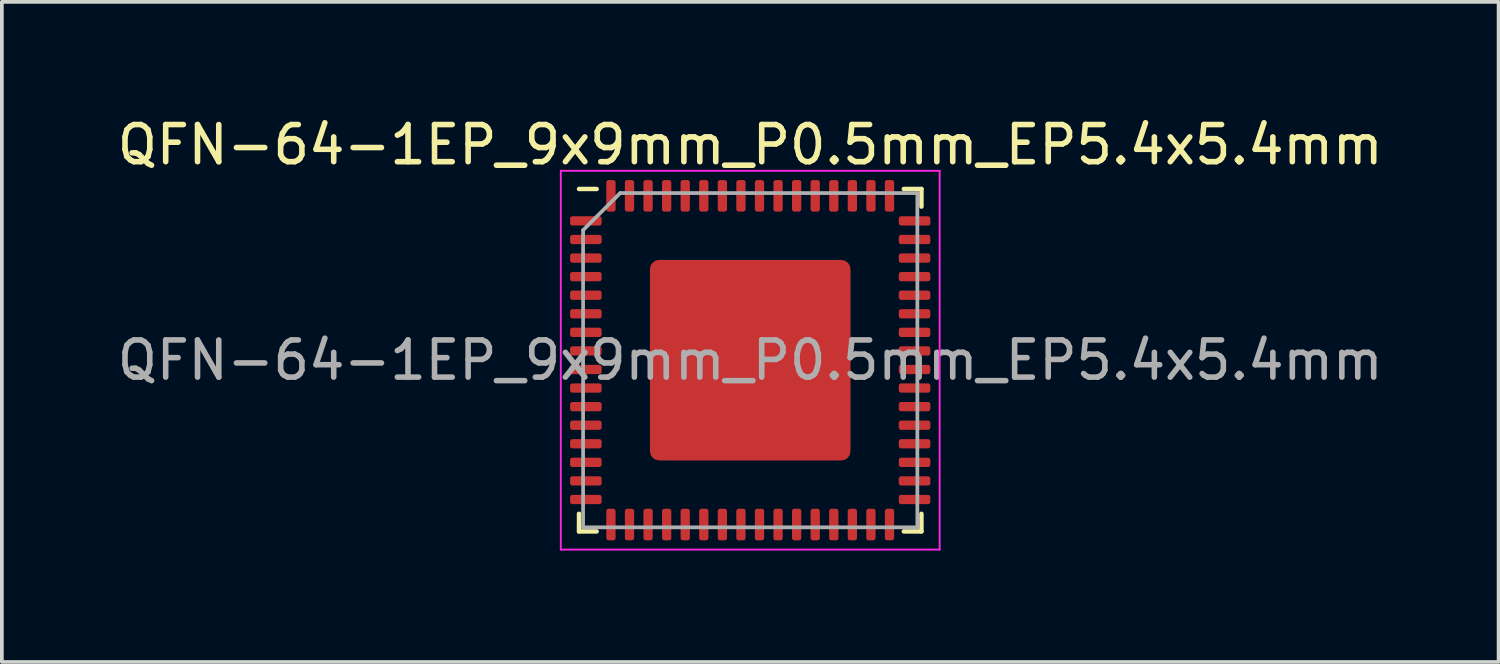
<source format=kicad_pcb>
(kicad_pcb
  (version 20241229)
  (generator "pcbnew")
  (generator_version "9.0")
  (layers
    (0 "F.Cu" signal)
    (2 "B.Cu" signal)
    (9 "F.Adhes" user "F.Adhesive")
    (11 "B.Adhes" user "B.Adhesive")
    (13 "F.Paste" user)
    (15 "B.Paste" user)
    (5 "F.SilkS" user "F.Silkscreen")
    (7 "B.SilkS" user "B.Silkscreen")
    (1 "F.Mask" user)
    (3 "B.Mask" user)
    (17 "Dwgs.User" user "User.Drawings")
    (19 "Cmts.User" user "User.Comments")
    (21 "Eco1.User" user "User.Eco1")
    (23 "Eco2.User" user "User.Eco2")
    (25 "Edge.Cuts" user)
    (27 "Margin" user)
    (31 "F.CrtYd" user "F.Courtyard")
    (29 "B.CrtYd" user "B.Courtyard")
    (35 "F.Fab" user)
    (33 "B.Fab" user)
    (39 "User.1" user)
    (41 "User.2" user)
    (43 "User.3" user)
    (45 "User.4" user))
  (footprint "QFN-64-1EP_9x9mm_P0.5mm_EP5.4x5.4mm"
    (layer "F.Cu")
    (at 17.149 6.648)
    (property "Reference" "QFN-64-1EP_9x9mm_P0.5mm_EP5.4x5.4mm" (at 0 -5.8 0) (layer "F.SilkS") (effects (font (size 1 1) (thickness 0.15))))
    (attr smd)
    (fp_line (start -4.61 4.61) (end -4.61 4.135) (stroke (width 0.12) (type solid)) (layer "F.SilkS"))
    (fp_line (start -4.135 -4.61) (end -4.61 -4.61) (stroke (width 0.12) (type solid)) (layer "F.SilkS"))
    (fp_line (start -4.135 4.61) (end -4.61 4.61) (stroke (width 0.12) (type solid)) (layer "F.SilkS"))
    (fp_line (start 4.135 -4.61) (end 4.61 -4.61) (stroke (width 0.12) (type solid)) (layer "F.SilkS"))
    (fp_line (start 4.135 4.61) (end 4.61 4.61) (stroke (width 0.12) (type solid)) (layer "F.SilkS"))
    (fp_line (start 4.61 -4.61) (end 4.61 -4.135) (stroke (width 0.12) (type solid)) (layer "F.SilkS"))
    (fp_line (start 4.61 4.61) (end 4.61 4.135) (stroke (width 0.12) (type solid)) (layer "F.SilkS"))
    (fp_line (start -5.1 -5.1) (end -5.1 5.1) (stroke (width 0.05) (type solid)) (layer "F.CrtYd"))
    (fp_line (start -5.1 5.1) (end 5.1 5.1) (stroke (width 0.05) (type solid)) (layer "F.CrtYd"))
    (fp_line (start 5.1 -5.1) (end -5.1 -5.1) (stroke (width 0.05) (type solid)) (layer "F.CrtYd"))
    (fp_line (start 5.1 5.1) (end 5.1 -5.1) (stroke (width 0.05) (type solid)) (layer "F.CrtYd"))
    (fp_line (start -4.5 -3.5) (end -3.5 -4.5) (stroke (width 0.1) (type solid)) (layer "F.Fab"))
    (fp_line (start -4.5 4.5) (end -4.5 -3.5) (stroke (width 0.1) (type solid)) (layer "F.Fab"))
    (fp_line (start -3.5 -4.5) (end 4.5 -4.5) (stroke (width 0.1) (type solid)) (layer "F.Fab"))
    (fp_line (start 4.5 -4.5) (end 4.5 4.5) (stroke (width 0.1) (type solid)) (layer "F.Fab"))
    (fp_line (start 4.5 4.5) (end -4.5 4.5) (stroke (width 0.1) (type solid)) (layer "F.Fab"))
    (fp_text user "${REFERENCE}" (at 0 0 0) (layer "F.Fab") (effects (font (size 1 1) (thickness 0.15))))
    (pad "" smd roundrect (at -2.025 -2.025) (size 1.09 1.09) (layers "F.Paste") (roundrect_rratio 0.229))
    (pad "" smd roundrect (at -2.025 -0.675) (size 1.09 1.09) (layers "F.Paste") (roundrect_rratio 0.229))
    (pad "" smd roundrect (at -2.025 0.675) (size 1.09 1.09) (layers "F.Paste") (roundrect_rratio 0.229))
    (pad "" smd roundrect (at -2.025 2.025) (size 1.09 1.09) (layers "F.Paste") (roundrect_rratio 0.229))
    (pad "" smd roundrect (at -0.675 -2.025) (size 1.09 1.09) (layers "F.Paste") (roundrect_rratio 0.229))
    (pad "" smd roundrect (at -0.675 -0.675) (size 1.09 1.09) (layers "F.Paste") (roundrect_rratio 0.229))
    (pad "" smd roundrect (at -0.675 0.675) (size 1.09 1.09) (layers "F.Paste") (roundrect_rratio 0.229))
    (pad "" smd roundrect (at -0.675 2.025) (size 1.09 1.09) (layers "F.Paste") (roundrect_rratio 0.229))
    (pad "" smd roundrect (at 0.675 -2.025) (size 1.09 1.09) (layers "F.Paste") (roundrect_rratio 0.229))
    (pad "" smd roundrect (at 0.675 -0.675) (size 1.09 1.09) (layers "F.Paste") (roundrect_rratio 0.229))
    (pad "" smd roundrect (at 0.675 0.675) (size 1.09 1.09) (layers "F.Paste") (roundrect_rratio 0.229))
    (pad "" smd roundrect (at 0.675 2.025) (size 1.09 1.09) (layers "F.Paste") (roundrect_rratio 0.229))
    (pad "" smd roundrect (at 2.025 -2.025) (size 1.09 1.09) (layers "F.Paste") (roundrect_rratio 0.229))
    (pad "" smd roundrect (at 2.025 -0.675) (size 1.09 1.09) (layers "F.Paste") (roundrect_rratio 0.229))
    (pad "" smd roundrect (at 2.025 0.675) (size 1.09 1.09) (layers "F.Paste") (roundrect_rratio 0.229))
    (pad "" smd roundrect (at 2.025 2.025) (size 1.09 1.09) (layers "F.Paste") (roundrect_rratio 0.229))
    (pad "1" smd roundrect (at -4.425 -3.75) (size 0.85 0.25) (layers "F.Cu" "F.Mask" "F.Paste") (roundrect_rratio 0.25))
    (pad "2" smd roundrect (at -4.425 -3.25) (size 0.85 0.25) (layers "F.Cu" "F.Mask" "F.Paste") (roundrect_rratio 0.25))
    (pad "3" smd roundrect (at -4.425 -2.75) (size 0.85 0.25) (layers "F.Cu" "F.Mask" "F.Paste") (roundrect_rratio 0.25))
    (pad "4" smd roundrect (at -4.425 -2.25) (size 0.85 0.25) (layers "F.Cu" "F.Mask" "F.Paste") (roundrect_rratio 0.25))
    (pad "5" smd roundrect (at -4.425 -1.75) (size 0.85 0.25) (layers "F.Cu" "F.Mask" "F.Paste") (roundrect_rratio 0.25))
    (pad "6" smd roundrect (at -4.425 -1.25) (size 0.85 0.25) (layers "F.Cu" "F.Mask" "F.Paste") (roundrect_rratio 0.25))
    (pad "7" smd roundrect (at -4.425 -0.75) (size 0.85 0.25) (layers "F.Cu" "F.Mask" "F.Paste") (roundrect_rratio 0.25))
    (pad "8" smd roundrect (at -4.425 -0.25) (size 0.85 0.25) (layers "F.Cu" "F.Mask" "F.Paste") (roundrect_rratio 0.25))
    (pad "9" smd roundrect (at -4.425 0.25) (size 0.85 0.25) (layers "F.Cu" "F.Mask" "F.Paste") (roundrect_rratio 0.25))
    (pad "10" smd roundrect (at -4.425 0.75) (size 0.85 0.25) (layers "F.Cu" "F.Mask" "F.Paste") (roundrect_rratio 0.25))
    (pad "11" smd roundrect (at -4.425 1.25) (size 0.85 0.25) (layers "F.Cu" "F.Mask" "F.Paste") (roundrect_rratio 0.25))
    (pad "12" smd roundrect (at -4.425 1.75) (size 0.85 0.25) (layers "F.Cu" "F.Mask" "F.Paste") (roundrect_rratio 0.25))
    (pad "13" smd roundrect (at -4.425 2.25) (size 0.85 0.25) (layers "F.Cu" "F.Mask" "F.Paste") (roundrect_rratio 0.25))
    (pad "14" smd roundrect (at -4.425 2.75) (size 0.85 0.25) (layers "F.Cu" "F.Mask" "F.Paste") (roundrect_rratio 0.25))
    (pad "15" smd roundrect (at -4.425 3.25) (size 0.85 0.25) (layers "F.Cu" "F.Mask" "F.Paste") (roundrect_rratio 0.25))
    (pad "16" smd roundrect (at -4.425 3.75) (size 0.85 0.25) (layers "F.Cu" "F.Mask" "F.Paste") (roundrect_rratio 0.25))
    (pad "17" smd roundrect (at -3.75 4.425) (size 0.25 0.85) (layers "F.Cu" "F.Mask" "F.Paste") (roundrect_rratio 0.25))
    (pad "18" smd roundrect (at -3.25 4.425) (size 0.25 0.85) (layers "F.Cu" "F.Mask" "F.Paste") (roundrect_rratio 0.25))
    (pad "19" smd roundrect (at -2.75 4.425) (size 0.25 0.85) (layers "F.Cu" "F.Mask" "F.Paste") (roundrect_rratio 0.25))
    (pad "20" smd roundrect (at -2.25 4.425) (size 0.25 0.85) (layers "F.Cu" "F.Mask" "F.Paste") (roundrect_rratio 0.25))
    (pad "21" smd roundrect (at -1.75 4.425) (size 0.25 0.85) (layers "F.Cu" "F.Mask" "F.Paste") (roundrect_rratio 0.25))
    (pad "22" smd roundrect (at -1.25 4.425) (size 0.25 0.85) (layers "F.Cu" "F.Mask" "F.Paste") (roundrect_rratio 0.25))
    (pad "23" smd roundrect (at -0.75 4.425) (size 0.25 0.85) (layers "F.Cu" "F.Mask" "F.Paste") (roundrect_rratio 0.25))
    (pad "24" smd roundrect (at -0.25 4.425) (size 0.25 0.85) (layers "F.Cu" "F.Mask" "F.Paste") (roundrect_rratio 0.25))
    (pad "25" smd roundrect (at 0.25 4.425) (size 0.25 0.85) (layers "F.Cu" "F.Mask" "F.Paste") (roundrect_rratio 0.25))
    (pad "26" smd roundrect (at 0.75 4.425) (size 0.25 0.85) (layers "F.Cu" "F.Mask" "F.Paste") (roundrect_rratio 0.25))
    (pad "27" smd roundrect (at 1.25 4.425) (size 0.25 0.85) (layers "F.Cu" "F.Mask" "F.Paste") (roundrect_rratio 0.25))
    (pad "28" smd roundrect (at 1.75 4.425) (size 0.25 0.85) (layers "F.Cu" "F.Mask" "F.Paste") (roundrect_rratio 0.25))
    (pad "29" smd roundrect (at 2.25 4.425) (size 0.25 0.85) (layers "F.Cu" "F.Mask" "F.Paste") (roundrect_rratio 0.25))
    (pad "30" smd roundrect (at 2.75 4.425) (size 0.25 0.85) (layers "F.Cu" "F.Mask" "F.Paste") (roundrect_rratio 0.25))
    (pad "31" smd roundrect (at 3.25 4.425) (size 0.25 0.85) (layers "F.Cu" "F.Mask" "F.Paste") (roundrect_rratio 0.25))
    (pad "32" smd roundrect (at 3.75 4.425) (size 0.25 0.85) (layers "F.Cu" "F.Mask" "F.Paste") (roundrect_rratio 0.25))
    (pad "33" smd roundrect (at 4.425 3.75) (size 0.85 0.25) (layers "F.Cu" "F.Mask" "F.Paste") (roundrect_rratio 0.25))
    (pad "34" smd roundrect (at 4.425 3.25) (size 0.85 0.25) (layers "F.Cu" "F.Mask" "F.Paste") (roundrect_rratio 0.25))
    (pad "35" smd roundrect (at 4.425 2.75) (size 0.85 0.25) (layers "F.Cu" "F.Mask" "F.Paste") (roundrect_rratio 0.25))
    (pad "36" smd roundrect (at 4.425 2.25) (size 0.85 0.25) (layers "F.Cu" "F.Mask" "F.Paste") (roundrect_rratio 0.25))
    (pad "37" smd roundrect (at 4.425 1.75) (size 0.85 0.25) (layers "F.Cu" "F.Mask" "F.Paste") (roundrect_rratio 0.25))
    (pad "38" smd roundrect (at 4.425 1.25) (size 0.85 0.25) (layers "F.Cu" "F.Mask" "F.Paste") (roundrect_rratio 0.25))
    (pad "39" smd roundrect (at 4.425 0.75) (size 0.85 0.25) (layers "F.Cu" "F.Mask" "F.Paste") (roundrect_rratio 0.25))
    (pad "40" smd roundrect (at 4.425 0.25) (size 0.85 0.25) (layers "F.Cu" "F.Mask" "F.Paste") (roundrect_rratio 0.25))
    (pad "41" smd roundrect (at 4.425 -0.25) (size 0.85 0.25) (layers "F.Cu" "F.Mask" "F.Paste") (roundrect_rratio 0.25))
    (pad "42" smd roundrect (at 4.425 -0.75) (size 0.85 0.25) (layers "F.Cu" "F.Mask" "F.Paste") (roundrect_rratio 0.25))
    (pad "43" smd roundrect (at 4.425 -1.25) (size 0.85 0.25) (layers "F.Cu" "F.Mask" "F.Paste") (roundrect_rratio 0.25))
    (pad "44" smd roundrect (at 4.425 -1.75) (size 0.85 0.25) (layers "F.Cu" "F.Mask" "F.Paste") (roundrect_rratio 0.25))
    (pad "45" smd roundrect (at 4.425 -2.25) (size 0.85 0.25) (layers "F.Cu" "F.Mask" "F.Paste") (roundrect_rratio 0.25))
    (pad "46" smd roundrect (at 4.425 -2.75) (size 0.85 0.25) (layers "F.Cu" "F.Mask" "F.Paste") (roundrect_rratio 0.25))
    (pad "47" smd roundrect (at 4.425 -3.25) (size 0.85 0.25) (layers "F.Cu" "F.Mask" "F.Paste") (roundrect_rratio 0.25))
    (pad "48" smd roundrect (at 4.425 -3.75) (size 0.85 0.25) (layers "F.Cu" "F.Mask" "F.Paste") (roundrect_rratio 0.25))
    (pad "49" smd roundrect (at 3.75 -4.425) (size 0.25 0.85) (layers "F.Cu" "F.Mask" "F.Paste") (roundrect_rratio 0.25))
    (pad "50" smd roundrect (at 3.25 -4.425) (size 0.25 0.85) (layers "F.Cu" "F.Mask" "F.Paste") (roundrect_rratio 0.25))
    (pad "51" smd roundrect (at 2.75 -4.425) (size 0.25 0.85) (layers "F.Cu" "F.Mask" "F.Paste") (roundrect_rratio 0.25))
    (pad "52" smd roundrect (at 2.25 -4.425) (size 0.25 0.85) (layers "F.Cu" "F.Mask" "F.Paste") (roundrect_rratio 0.25))
    (pad "53" smd roundrect (at 1.75 -4.425) (size 0.25 0.85) (layers "F.Cu" "F.Mask" "F.Paste") (roundrect_rratio 0.25))
    (pad "54" smd roundrect (at 1.25 -4.425) (size 0.25 0.85) (layers "F.Cu" "F.Mask" "F.Paste") (roundrect_rratio 0.25))
    (pad "55" smd roundrect (at 0.75 -4.425) (size 0.25 0.85) (layers "F.Cu" "F.Mask" "F.Paste") (roundrect_rratio 0.25))
    (pad "56" smd roundrect (at 0.25 -4.425) (size 0.25 0.85) (layers "F.Cu" "F.Mask" "F.Paste") (roundrect_rratio 0.25))
    (pad "57" smd roundrect (at -0.25 -4.425) (size 0.25 0.85) (layers "F.Cu" "F.Mask" "F.Paste") (roundrect_rratio 0.25))
    (pad "58" smd roundrect (at -0.75 -4.425) (size 0.25 0.85) (layers "F.Cu" "F.Mask" "F.Paste") (roundrect_rratio 0.25))
    (pad "59" smd roundrect (at -1.25 -4.425) (size 0.25 0.85) (layers "F.Cu" "F.Mask" "F.Paste") (roundrect_rratio 0.25))
    (pad "60" smd roundrect (at -1.75 -4.425) (size 0.25 0.85) (layers "F.Cu" "F.Mask" "F.Paste") (roundrect_rratio 0.25))
    (pad "61" smd roundrect (at -2.25 -4.425) (size 0.25 0.85) (layers "F.Cu" "F.Mask" "F.Paste") (roundrect_rratio 0.25))
    (pad "62" smd roundrect (at -2.75 -4.425) (size 0.25 0.85) (layers "F.Cu" "F.Mask" "F.Paste") (roundrect_rratio 0.25))
    (pad "63" smd roundrect (at -3.25 -4.425) (size 0.25 0.85) (layers "F.Cu" "F.Mask" "F.Paste") (roundrect_rratio 0.25))
    (pad "64" smd roundrect (at -3.75 -4.425) (size 0.25 0.85) (layers "F.Cu" "F.Mask" "F.Paste") (roundrect_rratio 0.25))
    (pad "65" smd roundrect (at 0 0) (size 5.4 5.4) (layers "F.Cu" "F.Mask") (roundrect_rratio 0.046)))
  (gr_rect
    (start -3 -3)
    (end 37.298 14.773)
    (stroke (width 0.1) (type default))
    (fill no)
    (layer "Edge.Cuts")))
</source>
